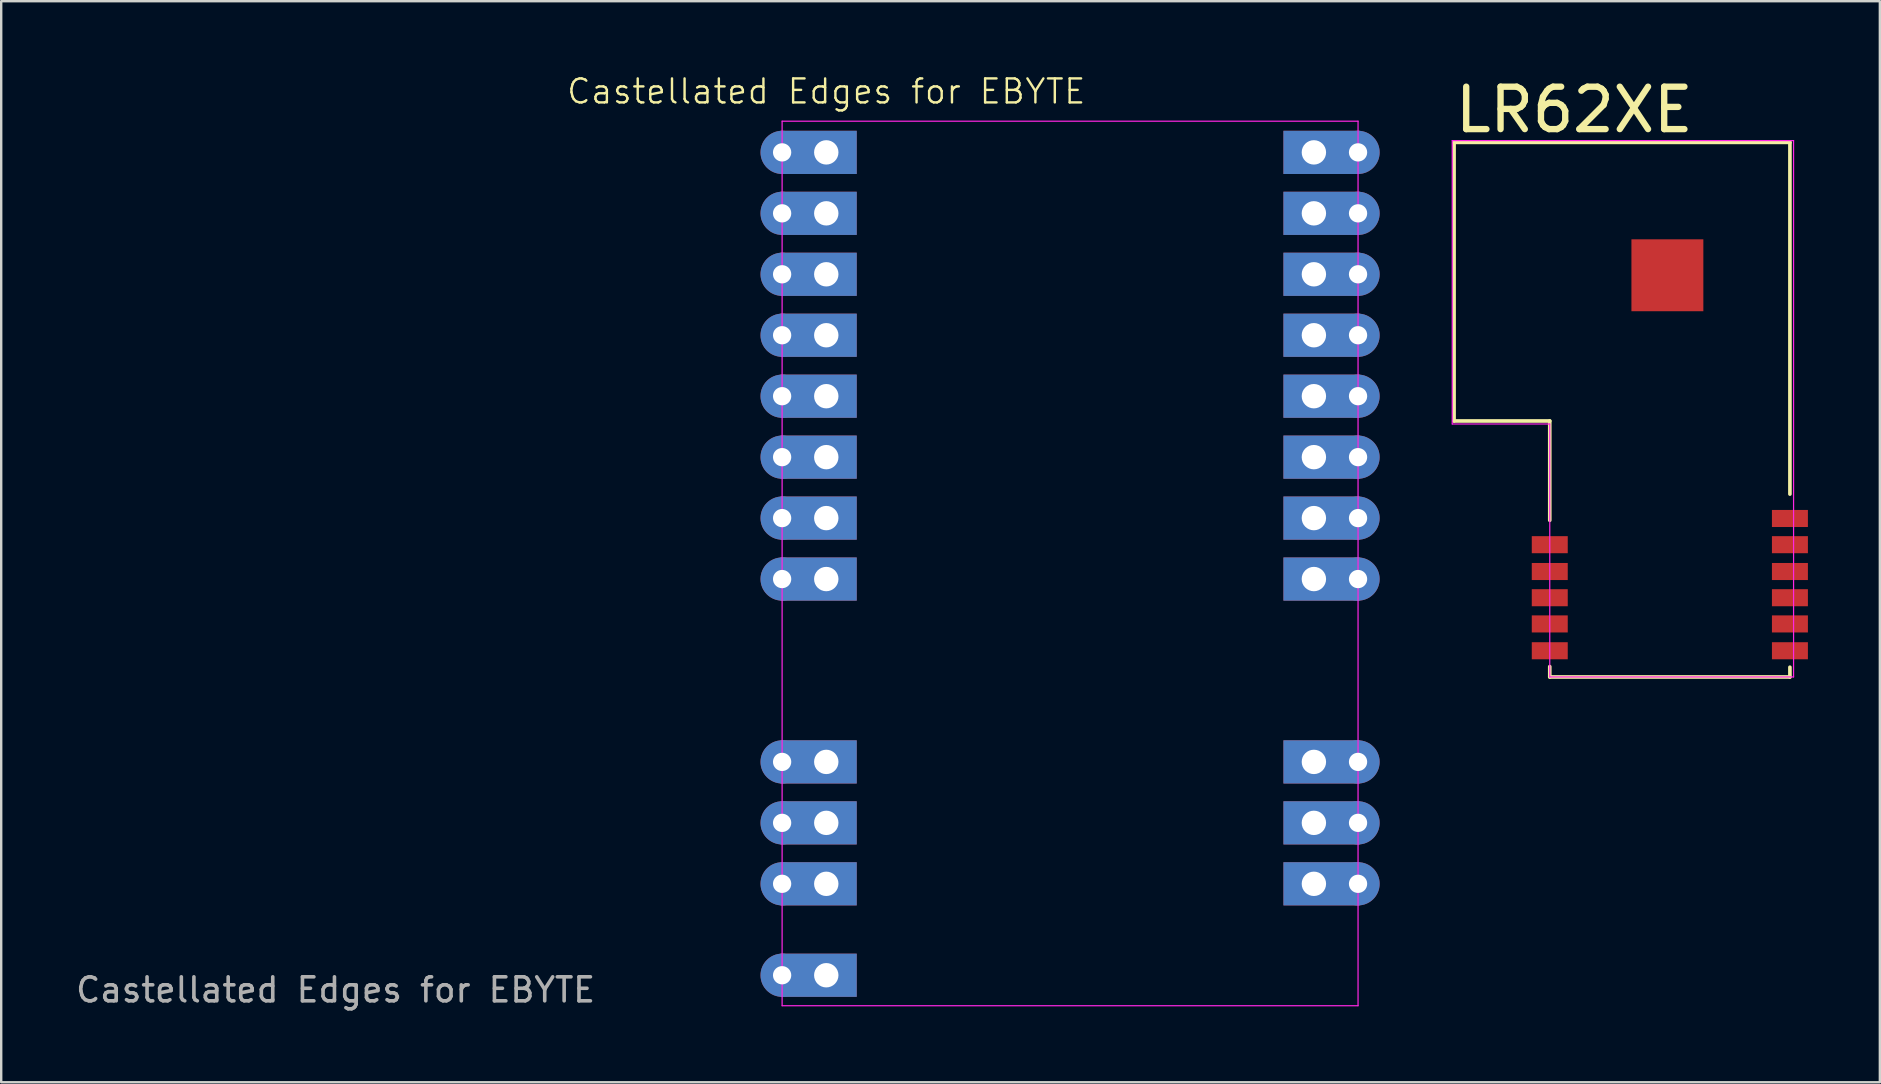
<source format=kicad_pcb>
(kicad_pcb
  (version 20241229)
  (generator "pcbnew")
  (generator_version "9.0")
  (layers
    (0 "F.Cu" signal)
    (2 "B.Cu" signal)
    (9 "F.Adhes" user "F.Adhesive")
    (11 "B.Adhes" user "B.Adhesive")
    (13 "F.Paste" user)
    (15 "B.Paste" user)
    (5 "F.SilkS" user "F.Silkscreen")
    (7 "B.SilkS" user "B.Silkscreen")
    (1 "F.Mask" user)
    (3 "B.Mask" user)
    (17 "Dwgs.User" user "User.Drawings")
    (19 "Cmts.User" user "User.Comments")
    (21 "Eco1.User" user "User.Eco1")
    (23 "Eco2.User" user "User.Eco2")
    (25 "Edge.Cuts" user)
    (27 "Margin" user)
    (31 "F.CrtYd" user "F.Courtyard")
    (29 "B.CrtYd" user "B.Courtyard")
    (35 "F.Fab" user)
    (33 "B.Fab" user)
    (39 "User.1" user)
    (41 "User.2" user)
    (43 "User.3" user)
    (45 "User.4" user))
  (footprint "Castellated Edges for EBYTE"
    (layer "F.Cu")
    (at 41.542 16)
    (property "Reference" "Castellated Edges for EBYTE" (at -10.16 -15.24 0) (unlocked yes) (layer "F.SilkS") (effects (font (size 1 1) (thickness 0.1))))
    (attr through_hole)
    (fp_line (start -12 -14) (end 12 -14) (stroke (width 0.05) (type default)) (layer "F.CrtYd"))
    (fp_line (start -12 22.86) (end -12 -14) (stroke (width 0.05) (type default)) (layer "F.CrtYd"))
    (fp_line (start 12 -14) (end 12 22.86) (stroke (width 0.05) (type default)) (layer "F.CrtYd"))
    (fp_line (start 12 22.86) (end -12 22.86) (stroke (width 0.05) (type default)) (layer "F.CrtYd"))
    (fp_text user "${REFERENCE}" (at -30.607 22.201 0) (unlocked yes) (layer "F.Fab") (effects (font (size 1 1) (thickness 0.15))))
    (pad "1" thru_hole rect (at 10.16 17.78) (size 3.175 1.8) (drill 1.016 (offset 0.318 0)) (property pad_prop_castellated) (layers "*.Cu" "*.Mask"))
    (pad "1" thru_hole circle (at 12 17.78) (size 1.8 1.8) (drill 0.762) (property pad_prop_castellated) (layers "*.Cu" "*.Mask"))
    (pad "2" thru_hole rect (at 10.16 15.24) (size 3.175 1.8) (drill 1.016 (offset 0.318 0)) (property pad_prop_castellated) (layers "*.Cu" "*.Mask"))
    (pad "2" thru_hole circle (at 12 15.24) (size 1.8 1.8) (drill 0.762) (property pad_prop_castellated) (layers "*.Cu" "*.Mask"))
    (pad "3" thru_hole rect (at 10.16 12.7) (size 3.175 1.8) (drill 1.016 (offset 0.318 0)) (property pad_prop_castellated) (layers "*.Cu" "*.Mask"))
    (pad "3" thru_hole circle (at 12 12.7) (size 1.8 1.8) (drill 0.762) (property pad_prop_castellated) (layers "*.Cu" "*.Mask"))
    (pad "4" thru_hole rect (at 10.16 5.08) (size 3.175 1.8) (drill 1.016 (offset 0.318 0)) (property pad_prop_castellated) (layers "*.Cu" "*.Mask"))
    (pad "4" thru_hole circle (at 12 5.08) (size 1.8 1.8) (drill 0.762) (property pad_prop_castellated) (layers "*.Cu" "*.Mask"))
    (pad "5" thru_hole rect (at 10.16 2.54) (size 3.175 1.8) (drill 1.016 (offset 0.318 0)) (property pad_prop_castellated) (layers "*.Cu" "*.Mask"))
    (pad "5" thru_hole circle (at 12 2.54) (size 1.8 1.8) (drill 0.762) (property pad_prop_castellated) (layers "*.Cu" "*.Mask"))
    (pad "6" thru_hole rect (at 10.16 0) (size 3.175 1.8) (drill 1.016 (offset 0.318 0)) (property pad_prop_castellated) (layers "*.Cu" "*.Mask"))
    (pad "6" thru_hole circle (at 12 0) (size 1.8 1.8) (drill 0.762) (property pad_prop_castellated) (layers "*.Cu" "*.Mask"))
    (pad "7" thru_hole rect (at 10.16 -2.54) (size 3.175 1.8) (drill 1.016 (offset 0.318 0)) (property pad_prop_castellated) (layers "*.Cu" "*.Mask"))
    (pad "7" thru_hole circle (at 12 -2.54) (size 1.8 1.8) (drill 0.762) (property pad_prop_castellated) (layers "*.Cu" "*.Mask"))
    (pad "8" thru_hole rect (at 10.16 -5.08) (size 3.175 1.8) (drill 1.016 (offset 0.318 0)) (property pad_prop_castellated) (layers "*.Cu" "*.Mask"))
    (pad "8" thru_hole circle (at 12 -5.08) (size 1.8 1.8) (drill 0.762) (property pad_prop_castellated) (layers "*.Cu" "*.Mask"))
    (pad "9" thru_hole rect (at 10.16 -7.62) (size 3.175 1.8) (drill 1.016 (offset 0.318 0)) (property pad_prop_castellated) (layers "*.Cu" "*.Mask"))
    (pad "9" thru_hole circle (at 12 -7.62) (size 1.8 1.8) (drill 0.762) (property pad_prop_castellated) (layers "*.Cu" "*.Mask"))
    (pad "10" thru_hole rect (at 10.16 -10.16) (size 3.175 1.8) (drill 1.016 (offset 0.318 0)) (property pad_prop_castellated) (layers "*.Cu" "*.Mask"))
    (pad "10" thru_hole circle (at 12 -10.16) (size 1.8 1.8) (drill 0.762) (property pad_prop_castellated) (layers "*.Cu" "*.Mask"))
    (pad "11" thru_hole rect (at 10.16 -12.7) (size 3.175 1.8) (drill 1.016 (offset 0.318 0)) (property pad_prop_castellated) (layers "*.Cu" "*.Mask"))
    (pad "11" thru_hole circle (at 12 -12.7) (size 1.8 1.8) (drill 0.762) (property pad_prop_castellated) (layers "*.Cu" "*.Mask"))
    (pad "12" thru_hole circle (at -12 -12.7) (size 1.8 1.8) (drill 0.762) (property pad_prop_castellated) (layers "*.Cu" "*.Mask"))
    (pad "12" thru_hole rect (at -10.16 -12.7) (size 3.175 1.8) (drill 1.016 (offset -0.318 0)) (property pad_prop_castellated) (layers "*.Cu" "*.Mask"))
    (pad "13" thru_hole circle (at -12 -10.16) (size 1.8 1.8) (drill 0.762) (property pad_prop_castellated) (layers "*.Cu" "*.Mask"))
    (pad "13" thru_hole rect (at -10.16 -10.16) (size 3.175 1.8) (drill 1.016 (offset -0.318 0)) (property pad_prop_castellated) (layers "*.Cu" "*.Mask"))
    (pad "14" thru_hole circle (at -12 -7.62) (size 1.8 1.8) (drill 0.762) (property pad_prop_castellated) (layers "*.Cu" "*.Mask"))
    (pad "14" thru_hole rect (at -10.16 -7.62) (size 3.175 1.8) (drill 1.016 (offset -0.318 0)) (property pad_prop_castellated) (layers "*.Cu" "*.Mask"))
    (pad "15" thru_hole circle (at -12 -5.08) (size 1.8 1.8) (drill 0.762) (property pad_prop_castellated) (layers "*.Cu" "*.Mask"))
    (pad "15" thru_hole rect (at -10.16 -5.08) (size 3.175 1.8) (drill 1.016 (offset -0.318 0)) (property pad_prop_castellated) (layers "*.Cu" "*.Mask"))
    (pad "16" thru_hole circle (at -12 -2.54) (size 1.8 1.8) (drill 0.762) (property pad_prop_castellated) (layers "*.Cu" "*.Mask"))
    (pad "16" thru_hole rect (at -10.16 -2.54) (size 3.175 1.8) (drill 1.016 (offset -0.318 0)) (property pad_prop_castellated) (layers "*.Cu" "*.Mask"))
    (pad "17" thru_hole circle (at -12 0) (size 1.8 1.8) (drill 0.762) (property pad_prop_castellated) (layers "*.Cu" "*.Mask"))
    (pad "17" thru_hole rect (at -10.16 0) (size 3.175 1.8) (drill 1.016 (offset -0.318 0)) (property pad_prop_castellated) (layers "*.Cu" "*.Mask"))
    (pad "18" thru_hole circle (at -12 2.54) (size 1.8 1.8) (drill 0.762) (property pad_prop_castellated) (layers "*.Cu" "*.Mask"))
    (pad "18" thru_hole rect (at -10.16 2.54) (size 3.175 1.8) (drill 1.016 (offset -0.318 0)) (property pad_prop_castellated) (layers "*.Cu" "*.Mask"))
    (pad "19" thru_hole circle (at -12 5.08) (size 1.8 1.8) (drill 0.762) (property pad_prop_castellated) (layers "*.Cu" "*.Mask"))
    (pad "19" thru_hole rect (at -10.16 5.08) (size 3.175 1.8) (drill 1.016 (offset -0.318 0)) (property pad_prop_castellated) (layers "*.Cu" "*.Mask"))
    (pad "20" thru_hole circle (at -12 12.7) (size 1.8 1.8) (drill 0.762) (property pad_prop_castellated) (layers "*.Cu" "*.Mask"))
    (pad "20" thru_hole rect (at -10.16 12.7) (size 3.175 1.8) (drill 1.016 (offset -0.318 0)) (property pad_prop_castellated) (layers "*.Cu" "*.Mask"))
    (pad "21" thru_hole circle (at -12 15.24) (size 1.8 1.8) (drill 0.762) (property pad_prop_castellated) (layers "*.Cu" "*.Mask"))
    (pad "21" thru_hole rect (at -10.16 15.24) (size 3.175 1.8) (drill 1.016 (offset -0.318 0)) (property pad_prop_castellated) (layers "*.Cu" "*.Mask"))
    (pad "22" thru_hole circle (at -12 17.78) (size 1.8 1.8) (drill 0.762) (property pad_prop_castellated) (layers "*.Cu" "*.Mask"))
    (pad "22" thru_hole rect (at -10.16 17.78) (size 3.175 1.8) (drill 1.016 (offset -0.318 0)) (property pad_prop_castellated) (layers "*.Cu" "*.Mask"))
    (pad "23" thru_hole circle (at -12 21.59) (size 1.8 1.8) (drill 0.762) (property pad_prop_castellated) (layers "*.Cu" "*.Mask"))
    (pad "23" thru_hole rect (at -10.16 21.59) (size 3.175 1.8) (drill 1.016 (offset -0.318 0)) (property pad_prop_castellated) (layers "*.Cu" "*.Mask")))
  (footprint "LR62XE"
    (layer "F.Cu")
    (at 61.531 25.16)
    (property "Reference" "LR62XE" (at -4.076 -22.6 0) (unlocked yes) (layer "F.SilkS") (effects (font (size 1.768 1.768) (thickness 0.264)) (justify left bottom)))
    (attr smd)
    (fp_line (start -3.988 -22.276) (end 10.008 -22.276) (stroke (width 0.152) (type solid)) (layer "F.SilkS"))
    (fp_line (start -3.988 -10.668) (end -3.988 -22.276) (stroke (width 0.152) (type solid)) (layer "F.SilkS"))
    (fp_line (start -3.988 -10.668) (end 0 -10.668) (stroke (width 0.152) (type solid)) (layer "F.SilkS"))
    (fp_line (start 0 -6.528) (end 0 -10.668) (stroke (width 0.152) (type solid)) (layer "F.SilkS"))
    (fp_line (start 0 0) (end 0 -0.432) (stroke (width 0.152) (type solid)) (layer "F.SilkS"))
    (fp_line (start 0 0) (end 10.008 0) (stroke (width 0.152) (type solid)) (layer "F.SilkS"))
    (fp_line (start 10.008 -7.62) (end 10.008 -22.276) (stroke (width 0.152) (type solid)) (layer "F.SilkS"))
    (fp_line (start 10.008 0) (end 10.008 -0.406) (stroke (width 0.152) (type solid)) (layer "F.SilkS"))
    (fp_line (start -4.064 -22.352) (end -4.064 -10.541) (stroke (width 0.05) (type default)) (layer "F.CrtYd"))
    (fp_line (start -4.064 -10.541) (end 0 -10.541) (stroke (width 0.05) (type default)) (layer "F.CrtYd"))
    (fp_line (start 0 -10.541) (end 0 0) (stroke (width 0.05) (type default)) (layer "F.CrtYd"))
    (fp_line (start 0 0) (end 10.16 0) (stroke (width 0.05) (type default)) (layer "F.CrtYd"))
    (fp_line (start 10.16 -22.352) (end -4.064 -22.352) (stroke (width 0.05) (type default)) (layer "F.CrtYd"))
    (fp_line (start 10.16 0) (end 10.16 -22.352) (stroke (width 0.05) (type default)) (layer "F.CrtYd"))
    (pad "1" smd rect (at 0 -5.512) (size 1.499 0.711) (layers "F.Cu" "F.Mask" "F.Paste"))
    (pad "2" smd rect (at 0 -4.394) (size 1.499 0.711) (layers "F.Cu" "F.Mask" "F.Paste"))
    (pad "3" smd rect (at 0 -3.302) (size 1.499 0.711) (layers "F.Cu" "F.Mask" "F.Paste"))
    (pad "4" smd rect (at 0 -2.21) (size 1.499 0.711) (layers "F.Cu" "F.Mask" "F.Paste"))
    (pad "5" smd rect (at 0 -1.092) (size 1.499 0.711) (layers "F.Cu" "F.Mask" "F.Paste"))
    (pad "6" smd rect (at 10.008 -1.092) (size 1.499 0.711) (layers "F.Cu" "F.Mask" "F.Paste"))
    (pad "7" smd rect (at 10.008 -2.21) (size 1.499 0.711) (layers "F.Cu" "F.Mask" "F.Paste"))
    (pad "8" smd rect (at 10.008 -3.302) (size 1.499 0.711) (layers "F.Cu" "F.Mask" "F.Paste"))
    (pad "9" smd rect (at 10.008 -4.394) (size 1.499 0.711) (layers "F.Cu" "F.Mask" "F.Paste"))
    (pad "10" smd rect (at 10.008 -5.512) (size 1.499 0.711) (layers "F.Cu" "F.Mask" "F.Paste"))
    (pad "11" smd rect (at 10.008 -6.604) (size 1.499 0.711) (layers "F.Cu" "F.Mask" "F.Paste"))
    (pad "12" smd rect (at 4.902 -16.739) (size 2.997 2.997) (layers "F.Cu" "F.Mask" "F.Paste")))
  (gr_rect
    (start -3 -3)
    (end 75.287 42.05)
    (stroke (width 0.1) (type default))
    (fill no)
    (layer "Edge.Cuts")))
</source>
